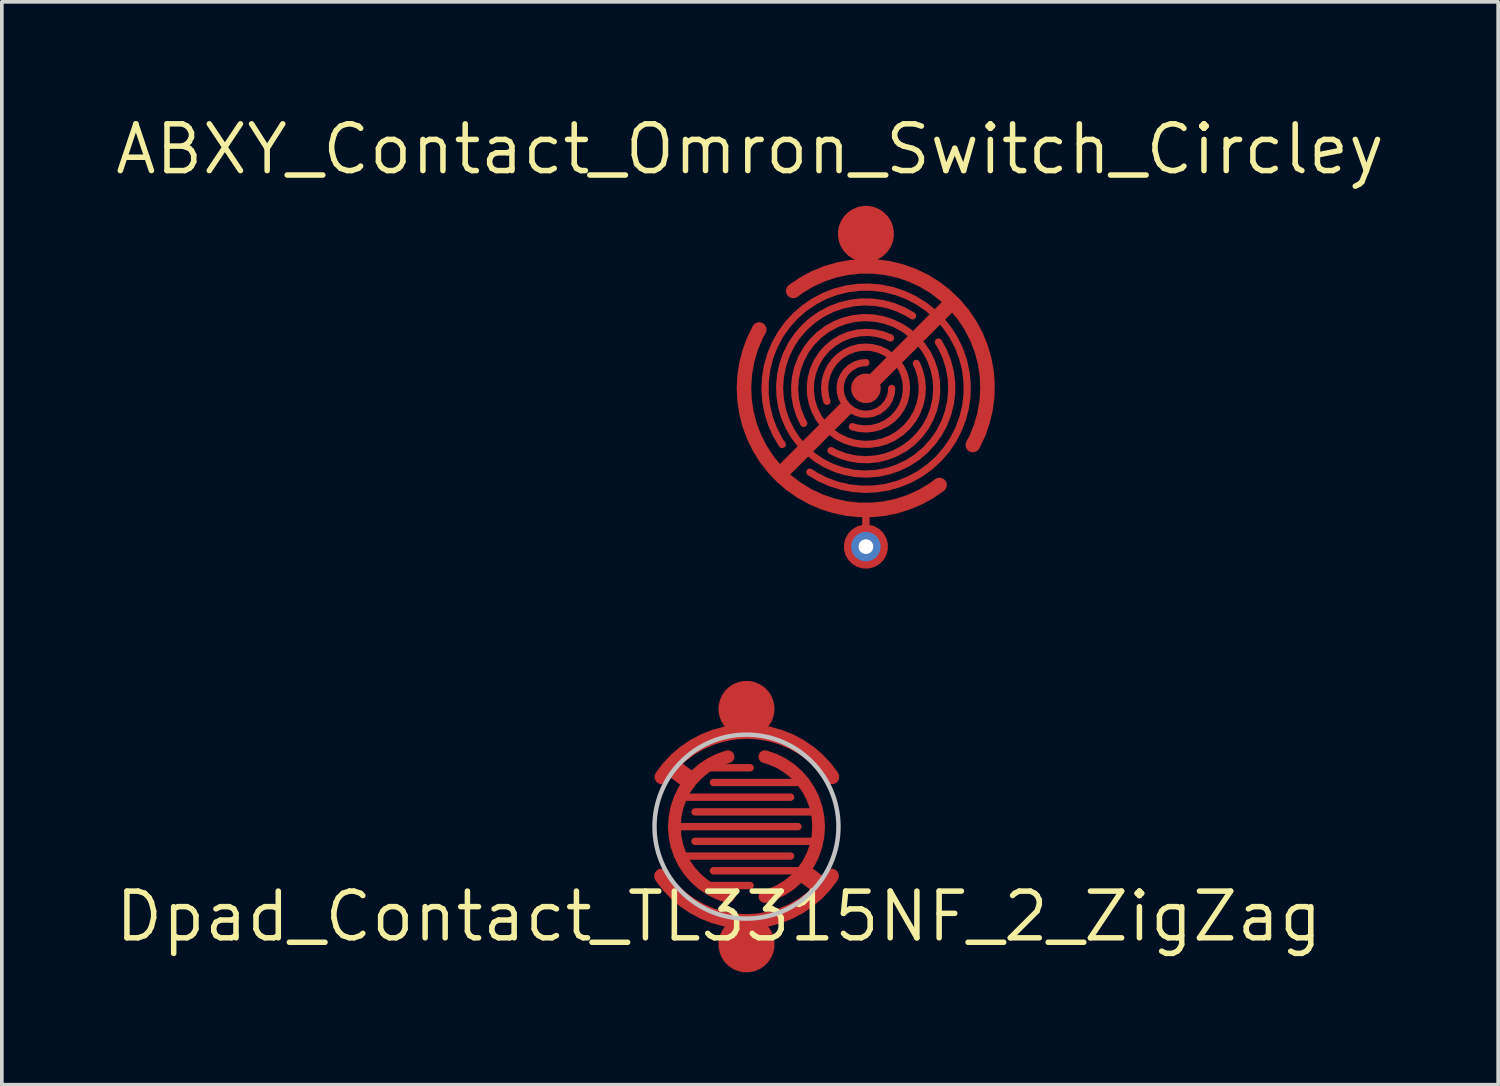
<source format=kicad_pcb>
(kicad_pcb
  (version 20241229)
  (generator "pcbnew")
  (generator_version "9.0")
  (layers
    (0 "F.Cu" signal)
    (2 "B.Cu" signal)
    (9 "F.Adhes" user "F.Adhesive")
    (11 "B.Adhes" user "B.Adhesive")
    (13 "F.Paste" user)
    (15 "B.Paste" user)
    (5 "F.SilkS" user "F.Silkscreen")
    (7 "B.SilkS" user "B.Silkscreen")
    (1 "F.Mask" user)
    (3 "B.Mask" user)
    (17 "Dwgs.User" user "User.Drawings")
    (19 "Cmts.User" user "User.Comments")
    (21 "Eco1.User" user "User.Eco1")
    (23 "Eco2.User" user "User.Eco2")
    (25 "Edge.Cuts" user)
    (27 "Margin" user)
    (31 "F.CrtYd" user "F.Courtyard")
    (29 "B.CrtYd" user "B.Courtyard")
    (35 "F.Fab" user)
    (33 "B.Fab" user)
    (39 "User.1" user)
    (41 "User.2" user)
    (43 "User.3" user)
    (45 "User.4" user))
  (footprint "Dpad_Contact_TL3315NF_2_ZigZag"
    (layer "F.Cu")
    (at 17.238 19.416)
    (property "Reference" "Dpad_Contact_TL3315NF_2_ZigZag" (at -0.751 2.442 0) (layer "F.SilkS") (effects (font (size 1.27 1.27) (thickness 0.15))))
    (attr through_hole)
    (fp_circle (center 0 -3.2) (end 0.75 -3.18) (stroke (width 0.12) (type solid)) (fill yes) (layer "F.Mask"))
    (fp_circle (center 0 0) (end 2.53 -0.05) (stroke (width 0.12) (type solid)) (fill yes) (layer "F.Mask"))
    (fp_circle (center 0 3.2) (end 0.75 3.12) (stroke (width 0.12) (type solid)) (fill yes) (layer "F.Mask"))
    (fp_circle (center 0 0) (end 0 -2.5) (stroke (width 0.12) (type solid)) (fill no) (layer "Dwgs.User"))
    (pad "1" smd custom (at 0 3.2 180) (size 1.524 1.524) (layers "F.Cu" "F.Mask" "F.Paste") (options (anchor circle)) (primitives (gr_arc (start -2.3125 1.857945) (mid -0.001458 0.625) (end 2.310874 1.855525) (width 0.4)) (gr_line (start -2 1.6) (end -1.6 1.9) (width 0.5)) (gr_arc (start -0.5 5.1) (mid -1.957922 3.201718) (end -0.503318 1.300892) (width 0.35)) (gr_line (start 0.9 4.4) (end -1.45 4.4) (width 0.2)) (gr_line (start 1.4 3.6) (end -1.8 3.6) (width 0.2)) (gr_line (start 1.4 2.8) (end -1.918 2.8) (width 0.2)) (gr_line (start 0.9 2) (end -1.6 2) (width 0.2))))
    (pad "2" smd custom (at 0 -3.2) (size 1.524 1.524) (layers "F.Cu" "F.Mask" "F.Paste") (options (anchor circle)) (primitives (gr_arc (start -2.3 1.85) (mid 0.011042 0.617055) (end 2.323374 1.84758) (width 0.4)) (gr_line (start -2 1.6) (end -1.6 1.9) (width 0.5)) (gr_arc (start -0.5 5.1) (mid -1.957922 3.201718) (end -0.503318 1.300892) (width 0.35)) (gr_line (start 0.1 4.8) (end -1.1 4.8) (width 0.2)) (gr_line (start 1.2 2.4) (end -1.65 2.4) (width 0.2)) (gr_line (start 1.2 4) (end -1.8 4) (width 0.2)) (gr_line (start 1.4 3.2) (end -1.9 3.2) (width 0.2)) (gr_line (start -1.05 1.6) (end 0.1 1.6) (width 0.2))))
    (zone (net_name "") (layers "F.Cu" "F.SilkS") (hatch edge 0.508) (connect_pads) (min_thickness 0.254) (filled_areas_thickness no) (keepout (tracks allowed) (vias allowed) (pads allowed) (copperpour not_allowed) (footprints allowed)) (placement (enabled no)) (fill) (polygon (pts (xy 20.238 20.616) (xy 14.238 20.616) (xy 14.238 18.216) (xy 20.238 18.216)))))
  (footprint "ABXY_Contact_Omron_Switch_Circley"
    (layer "F.Cu")
    (at 20.484 7.506)
    (property "Reference" "ABXY_Contact_Omron_Switch_Circley" (at -3.15 -6.5 0) (layer "F.SilkS") (effects (font (size 1.27 1.27) (thickness 0.15))))
    (attr through_hole)
    (fp_circle (center 0 0) (end 3.5 0) (stroke (width 0.12) (type solid)) (fill yes) (layer "F.Mask"))
    (pad "1" smd custom (at 0 -4.2) (size 1.524 1.524) (layers "F.Cu" "F.Mask" "F.Paste") (options (anchor circle)) (primitives (gr_arc (start -1.975 1.55) (mid 2.155413 1.674563) (end 2.906521 5.738018) (width 0.4)) (gr_line (start 0 4.199) (end 2.31 1.89) (width 0.4)) (gr_arc (start -1.69 5.15) (mid 1.357322 2.841938) (end -0.949088 5.890511) (width 0.2)) (gr_circle (center 0 4.199) (end 0.403 4.199) (width 0) (fill yes)) (gr_arc (start -1.06 4.55) (mid 0.775322 3.403537) (end -0.368474 5.240523) (width 0.2)) (gr_arc (start -2.275 5.725) (mid 1.947239 2.251586) (end -1.52362 6.475926) (width 0.2))))
    (pad "2" thru_hole circle (at 0 4.3) (size 0.8 0.8) (drill 0.4) (layers "*.Cu" "*.Mask"))
    (pad "2" smd custom (at 0 4.3) (size 1.2 1.2) (layers "F.Cu" "F.Mask" "F.Paste") (options (anchor circle)) (primitives (gr_line (start 0 -0.4) (end 0 -0.998) (width 0.2)) (gr_arc (start 2 -1.675) (mid -2.165167 -1.797737) (end -2.900363 -5.899343) (width 0.4)) (gr_line (start -0.57 -3.73) (end -2.3 -2) (width 0.4)) (gr_arc (start 1.37 -4.98) (mid -1.056048 -3.217525) (end 0.668304 -5.670816) (width 0.2)) (gr_arc (start 0.7 -4.3) (mid -0.494975 -3.805025) (end 0 -5) (width 0.2)) (gr_arc (start 1.97 -5.56) (mid -1.669733 -2.669553) (end 1.267557 -6.27159) (width 0.2))))
    (zone (net_name "") (layer "F.Cu") (hatch edge 0.508) (connect_pads) (min_thickness 0.254) (filled_areas_thickness no) (keepout (tracks allowed) (vias allowed) (pads allowed) (copperpour not_allowed) (footprints allowed)) (placement (enabled no)) (fill) (polygon (pts (xy 24.448 7.506) (xy 24.429 7.119) (xy 24.373 6.736) (xy 24.279 6.36) (xy 24.149 5.995) (xy 23.984 5.645) (xy 23.786 5.312) (xy 23.556 5) (xy 23.297 4.713) (xy 23.011 4.451) (xy 22.701 4.219) (xy 22.369 4.019) (xy 22.02 3.851) (xy 21.656 3.719) (xy 21.281 3.623) (xy 20.898 3.563) (xy 20.511 3.542) (xy 20.124 3.558) (xy 19.741 3.612) (xy 19.364 3.703) (xy 18.999 3.83) (xy 18.647 3.993) (xy 18.313 4.189) (xy 17.999 4.416) (xy 17.71 4.674) (xy 17.447 4.958) (xy 17.212 5.266) (xy 17.01 5.596) (xy 16.84 5.944) (xy 16.705 6.307) (xy 16.606 6.682) (xy 16.544 7.064) (xy 16.52 7.451) (xy 16.533 7.838) (xy 16.584 8.222) (xy 16.673 8.599) (xy 16.798 8.966) (xy 16.958 9.318) (xy 17.151 9.654) (xy 17.377 9.969) (xy 17.632 10.26) (xy 17.914 10.525) (xy 18.221 10.762) (xy 18.55 10.967) (xy 18.896 11.139) (xy 19.259 11.277) (xy 19.632 11.378) (xy 20.014 11.443) (xy 20.401 11.47) (xy 20.788 11.459) (xy 21.172 11.411) (xy 21.55 11.325) (xy 21.917 11.202) (xy 22.271 11.045) (xy 22.608 10.854) (xy 22.925 10.63) (xy 23.218 10.377) (xy 23.485 10.097) (xy 23.723 9.792) (xy 23.931 9.464) (xy 24.106 9.119) (xy 24.246 8.758) (xy 24.35 8.385) (xy 24.417 8.003) (xy 24.447 7.617)))))
  (gr_rect
    (start -3 -3)
    (end 37.667 26.431)
    (stroke (width 0.1) (type default))
    (fill no)
    (layer "Edge.Cuts")))
</source>
